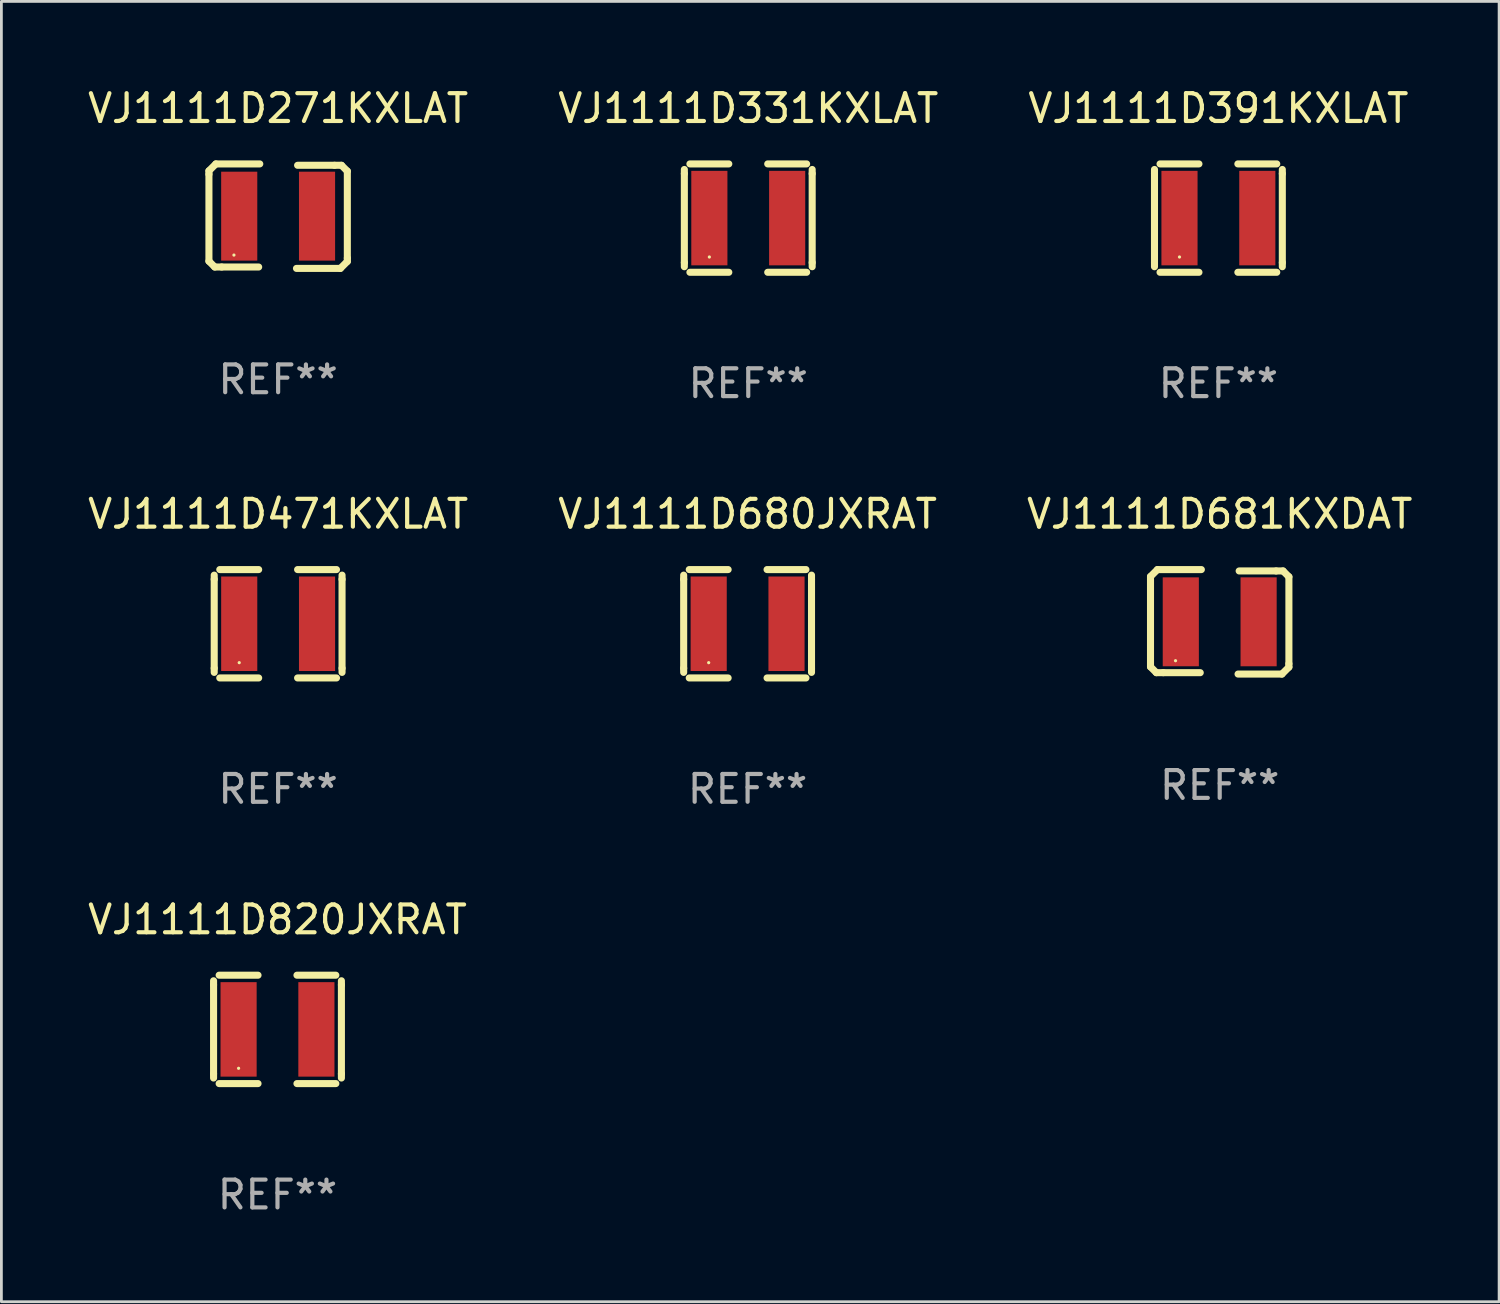
<source format=kicad_pcb>
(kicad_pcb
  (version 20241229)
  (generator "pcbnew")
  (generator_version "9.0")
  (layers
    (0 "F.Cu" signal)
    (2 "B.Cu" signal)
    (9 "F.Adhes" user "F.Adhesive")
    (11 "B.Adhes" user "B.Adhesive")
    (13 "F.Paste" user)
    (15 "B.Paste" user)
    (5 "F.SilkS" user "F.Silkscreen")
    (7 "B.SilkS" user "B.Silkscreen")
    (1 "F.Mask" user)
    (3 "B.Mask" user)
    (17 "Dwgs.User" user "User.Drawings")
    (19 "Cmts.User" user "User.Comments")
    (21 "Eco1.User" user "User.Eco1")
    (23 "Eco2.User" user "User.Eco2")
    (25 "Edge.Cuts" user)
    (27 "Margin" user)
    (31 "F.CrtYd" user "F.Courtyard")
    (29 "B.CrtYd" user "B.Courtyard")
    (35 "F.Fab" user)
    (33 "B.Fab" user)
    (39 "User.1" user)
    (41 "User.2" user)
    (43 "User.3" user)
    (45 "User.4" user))
  (footprint "VJ1111D681KXDAT"
    (layer "F.Cu")
    (at 40.839 19.325)
    (property "Reference" "VJ1111D681KXDAT" (at 0 -3.88 0) (layer "F.SilkS") (effects (font (size 1 1) (thickness 0.15))))
    (attr through_hole)
    (fp_line (start -2.49 -1.63) (end -2.24 -1.88) (stroke (width 0.254) (type solid)) (layer "F.SilkS"))
    (fp_line (start -2.49 -1.51) (end -2.49 -1.63) (stroke (width 0.254) (type solid)) (layer "F.SilkS"))
    (fp_line (start -2.49 1.62) (end -2.49 -1.51) (stroke (width 0.254) (type solid)) (layer "F.SilkS"))
    (fp_line (start -2.28 1.83) (end -2.49 1.62) (stroke (width 0.254) (type solid)) (layer "F.SilkS"))
    (fp_line (start -2.24 -1.88) (end -0.66 -1.88) (stroke (width 0.254) (type solid)) (layer "F.SilkS"))
    (fp_line (start -2.03 1.83) (end -2.28 1.83) (stroke (width 0.254) (type solid)) (layer "F.SilkS"))
    (fp_line (start -0.7 1.83) (end -2.03 1.83) (stroke (width 0.254) (type solid)) (layer "F.SilkS"))
    (fp_line (start 0.7 -1.83) (end 2.03 -1.83) (stroke (width 0.254) (type solid)) (layer "F.SilkS"))
    (fp_line (start 2.03 -1.83) (end 2.28 -1.83) (stroke (width 0.254) (type solid)) (layer "F.SilkS"))
    (fp_line (start 2.24 1.88) (end 0.66 1.88) (stroke (width 0.254) (type solid)) (layer "F.SilkS"))
    (fp_line (start 2.28 -1.83) (end 2.49 -1.62) (stroke (width 0.254) (type solid)) (layer "F.SilkS"))
    (fp_line (start 2.49 -1.62) (end 2.49 1.51) (stroke (width 0.254) (type solid)) (layer "F.SilkS"))
    (fp_line (start 2.49 1.51) (end 2.49 1.63) (stroke (width 0.254) (type solid)) (layer "F.SilkS"))
    (fp_line (start 2.49 1.63) (end 2.24 1.88) (stroke (width 0.254) (type solid)) (layer "F.SilkS"))
    (fp_circle (center -1.59 1.4) (end -1.56 1.4) (stroke (width 0.06) (type solid)) (fill no) (layer "F.SilkS"))
    (fp_text user "REF**" (at 0 5.88 0) (layer "F.Fab") (effects (font (size 1 1) (thickness 0.15))))
    (pad "1" smd rect (at -1.4 0 90) (size 3.2 1.3) (layers "F.Cu" "F.Mask" "F.Paste"))
    (pad "2" smd rect (at 1.4 0 90) (size 3.2 1.3) (layers "F.Cu" "F.Mask" "F.Paste")))
  (footprint "VJ1111D331KXLAT"
    (layer "F.Cu")
    (at 23.875 4.798)
    (property "Reference" "VJ1111D331KXLAT" (at 0 -3.95 0) (layer "F.SilkS") (effects (font (size 1 1) (thickness 0.15))))
    (attr through_hole)
    (fp_line (start -2.3 -1.75) (end -2.3 -1.6) (stroke (width 0.254) (type solid)) (layer "F.SilkS"))
    (fp_line (start -2.3 -1.6) (end -2.3 1.6) (stroke (width 0.254) (type solid)) (layer "F.SilkS"))
    (fp_line (start -2.3 1.75) (end -2.3 1.6) (stroke (width 0.254) (type solid)) (layer "F.SilkS"))
    (fp_line (start -0.7 -1.95) (end -2.1 -1.95) (stroke (width 0.254) (type solid)) (layer "F.SilkS"))
    (fp_line (start -0.7 1.95) (end -2.1 1.95) (stroke (width 0.254) (type solid)) (layer "F.SilkS"))
    (fp_line (start 0.7 -1.95) (end 2.1 -1.95) (stroke (width 0.254) (type solid)) (layer "F.SilkS"))
    (fp_line (start 0.7 1.95) (end 2.1 1.95) (stroke (width 0.254) (type solid)) (layer "F.SilkS"))
    (fp_line (start 2.3 1.75) (end 2.3 1.6) (stroke (width 0.254) (type solid)) (layer "F.SilkS"))
    (fp_line (start 2.3 -1.75) (end 2.3 -1.6) (stroke (width 0.254) (type solid)) (layer "F.SilkS"))
    (fp_line (start 2.3 -1.6) (end 2.3 1.6) (stroke (width 0.254) (type solid)) (layer "F.SilkS"))
    (fp_circle (center -1.4 1.4) (end -1.37 1.4) (stroke (width 0.06) (type solid)) (fill no) (layer "F.SilkS"))
    (fp_text user "REF**" (at 0 5.95 0) (layer "F.Fab") (effects (font (size 1 1) (thickness 0.15))))
    (pad "1" smd rect (at -1.4 0 90) (size 3.4 1.3) (layers "F.Cu" "F.Mask" "F.Paste"))
    (pad "2" smd rect (at 1.4 0 90) (size 3.4 1.3) (layers "F.Cu" "F.Mask" "F.Paste")))
  (footprint "VJ1111D680JXRAT"
    (layer "F.Cu")
    (at 23.851 19.395)
    (property "Reference" "VJ1111D680JXRAT" (at 0 -3.95 0) (layer "F.SilkS") (effects (font (size 1 1) (thickness 0.15))))
    (attr through_hole)
    (fp_line (start -2.3 -1.75) (end -2.3 -1.6) (stroke (width 0.254) (type solid)) (layer "F.SilkS"))
    (fp_line (start -2.3 -1.6) (end -2.3 1.6) (stroke (width 0.254) (type solid)) (layer "F.SilkS"))
    (fp_line (start -2.3 1.75) (end -2.3 1.6) (stroke (width 0.254) (type solid)) (layer "F.SilkS"))
    (fp_line (start -0.7 -1.95) (end -2.1 -1.95) (stroke (width 0.254) (type solid)) (layer "F.SilkS"))
    (fp_line (start -0.7 1.95) (end -2.1 1.95) (stroke (width 0.254) (type solid)) (layer "F.SilkS"))
    (fp_line (start 0.7 -1.95) (end 2.1 -1.95) (stroke (width 0.254) (type solid)) (layer "F.SilkS"))
    (fp_line (start 0.7 1.95) (end 2.1 1.95) (stroke (width 0.254) (type solid)) (layer "F.SilkS"))
    (fp_line (start 2.3 1.75) (end 2.3 1.6) (stroke (width 0.254) (type solid)) (layer "F.SilkS"))
    (fp_line (start 2.3 -1.75) (end 2.3 -1.6) (stroke (width 0.254) (type solid)) (layer "F.SilkS"))
    (fp_line (start 2.3 -1.6) (end 2.3 1.6) (stroke (width 0.254) (type solid)) (layer "F.SilkS"))
    (fp_circle (center -1.4 1.4) (end -1.37 1.4) (stroke (width 0.06) (type solid)) (fill no) (layer "F.SilkS"))
    (fp_text user "REF**" (at 0 5.95 0) (layer "F.Fab") (effects (font (size 1 1) (thickness 0.15))))
    (pad "1" smd rect (at -1.4 0 90) (size 3.4 1.3) (layers "F.Cu" "F.Mask" "F.Paste"))
    (pad "2" smd rect (at 1.4 0 90) (size 3.4 1.3) (layers "F.Cu" "F.Mask" "F.Paste")))
  (footprint "VJ1111D471KXLAT"
    (layer "F.Cu")
    (at 6.958 19.395)
    (property "Reference" "VJ1111D471KXLAT" (at 0 -3.95 0) (layer "F.SilkS") (effects (font (size 1 1) (thickness 0.15))))
    (attr through_hole)
    (fp_line (start -2.3 -1.75) (end -2.3 -1.6) (stroke (width 0.254) (type solid)) (layer "F.SilkS"))
    (fp_line (start -2.3 -1.6) (end -2.3 1.6) (stroke (width 0.254) (type solid)) (layer "F.SilkS"))
    (fp_line (start -2.3 1.75) (end -2.3 1.6) (stroke (width 0.254) (type solid)) (layer "F.SilkS"))
    (fp_line (start -0.7 -1.95) (end -2.1 -1.95) (stroke (width 0.254) (type solid)) (layer "F.SilkS"))
    (fp_line (start -0.7 1.95) (end -2.1 1.95) (stroke (width 0.254) (type solid)) (layer "F.SilkS"))
    (fp_line (start 0.7 -1.95) (end 2.1 -1.95) (stroke (width 0.254) (type solid)) (layer "F.SilkS"))
    (fp_line (start 0.7 1.95) (end 2.1 1.95) (stroke (width 0.254) (type solid)) (layer "F.SilkS"))
    (fp_line (start 2.3 1.75) (end 2.3 1.6) (stroke (width 0.254) (type solid)) (layer "F.SilkS"))
    (fp_line (start 2.3 -1.75) (end 2.3 -1.6) (stroke (width 0.254) (type solid)) (layer "F.SilkS"))
    (fp_line (start 2.3 -1.6) (end 2.3 1.6) (stroke (width 0.254) (type solid)) (layer "F.SilkS"))
    (fp_circle (center -1.4 1.4) (end -1.37 1.4) (stroke (width 0.06) (type solid)) (fill no) (layer "F.SilkS"))
    (fp_text user "REF**" (at 0 5.95 0) (layer "F.Fab") (effects (font (size 1 1) (thickness 0.15))))
    (pad "1" smd rect (at -1.4 0 90) (size 3.4 1.3) (layers "F.Cu" "F.Mask" "F.Paste"))
    (pad "2" smd rect (at 1.4 0 90) (size 3.4 1.3) (layers "F.Cu" "F.Mask" "F.Paste")))
  (footprint "VJ1111D391KXLAT"
    (layer "F.Cu")
    (at 40.792 4.798)
    (property "Reference" "VJ1111D391KXLAT" (at 0 -3.95 0) (layer "F.SilkS") (effects (font (size 1 1) (thickness 0.15))))
    (attr through_hole)
    (fp_line (start -2.3 -1.75) (end -2.3 -1.6) (stroke (width 0.254) (type solid)) (layer "F.SilkS"))
    (fp_line (start -2.3 -1.6) (end -2.3 1.6) (stroke (width 0.254) (type solid)) (layer "F.SilkS"))
    (fp_line (start -2.3 1.75) (end -2.3 1.6) (stroke (width 0.254) (type solid)) (layer "F.SilkS"))
    (fp_line (start -0.7 -1.95) (end -2.1 -1.95) (stroke (width 0.254) (type solid)) (layer "F.SilkS"))
    (fp_line (start -0.7 1.95) (end -2.1 1.95) (stroke (width 0.254) (type solid)) (layer "F.SilkS"))
    (fp_line (start 0.7 -1.95) (end 2.1 -1.95) (stroke (width 0.254) (type solid)) (layer "F.SilkS"))
    (fp_line (start 0.7 1.95) (end 2.1 1.95) (stroke (width 0.254) (type solid)) (layer "F.SilkS"))
    (fp_line (start 2.3 1.75) (end 2.3 1.6) (stroke (width 0.254) (type solid)) (layer "F.SilkS"))
    (fp_line (start 2.3 -1.75) (end 2.3 -1.6) (stroke (width 0.254) (type solid)) (layer "F.SilkS"))
    (fp_line (start 2.3 -1.6) (end 2.3 1.6) (stroke (width 0.254) (type solid)) (layer "F.SilkS"))
    (fp_circle (center -1.4 1.4) (end -1.37 1.4) (stroke (width 0.06) (type solid)) (fill no) (layer "F.SilkS"))
    (fp_text user "REF**" (at 0 5.95 0) (layer "F.Fab") (effects (font (size 1 1) (thickness 0.15))))
    (pad "1" smd rect (at -1.4 0 90) (size 3.4 1.3) (layers "F.Cu" "F.Mask" "F.Paste"))
    (pad "2" smd rect (at 1.4 0 90) (size 3.4 1.3) (layers "F.Cu" "F.Mask" "F.Paste")))
  (footprint "VJ1111D820JXRAT"
    (layer "F.Cu")
    (at 6.935 33.991)
    (property "Reference" "VJ1111D820JXRAT" (at 0 -3.95 0) (layer "F.SilkS") (effects (font (size 1 1) (thickness 0.15))))
    (attr through_hole)
    (fp_line (start -2.3 -1.75) (end -2.3 -1.6) (stroke (width 0.254) (type solid)) (layer "F.SilkS"))
    (fp_line (start -2.3 -1.6) (end -2.3 1.6) (stroke (width 0.254) (type solid)) (layer "F.SilkS"))
    (fp_line (start -2.3 1.75) (end -2.3 1.6) (stroke (width 0.254) (type solid)) (layer "F.SilkS"))
    (fp_line (start -0.7 -1.95) (end -2.1 -1.95) (stroke (width 0.254) (type solid)) (layer "F.SilkS"))
    (fp_line (start -0.7 1.95) (end -2.1 1.95) (stroke (width 0.254) (type solid)) (layer "F.SilkS"))
    (fp_line (start 0.7 -1.95) (end 2.1 -1.95) (stroke (width 0.254) (type solid)) (layer "F.SilkS"))
    (fp_line (start 0.7 1.95) (end 2.1 1.95) (stroke (width 0.254) (type solid)) (layer "F.SilkS"))
    (fp_line (start 2.3 1.75) (end 2.3 1.6) (stroke (width 0.254) (type solid)) (layer "F.SilkS"))
    (fp_line (start 2.3 -1.75) (end 2.3 -1.6) (stroke (width 0.254) (type solid)) (layer "F.SilkS"))
    (fp_line (start 2.3 -1.6) (end 2.3 1.6) (stroke (width 0.254) (type solid)) (layer "F.SilkS"))
    (fp_circle (center -1.4 1.4) (end -1.37 1.4) (stroke (width 0.06) (type solid)) (fill no) (layer "F.SilkS"))
    (fp_text user "REF**" (at 0 5.95 0) (layer "F.Fab") (effects (font (size 1 1) (thickness 0.15))))
    (pad "1" smd rect (at -1.4 0 90) (size 3.4 1.3) (layers "F.Cu" "F.Mask" "F.Paste"))
    (pad "2" smd rect (at 1.4 0 90) (size 3.4 1.3) (layers "F.Cu" "F.Mask" "F.Paste")))
  (footprint "VJ1111D271KXLAT"
    (layer "F.Cu")
    (at 6.958 4.728)
    (property "Reference" "VJ1111D271KXLAT" (at 0 -3.88 0) (layer "F.SilkS") (effects (font (size 1 1) (thickness 0.15))))
    (attr through_hole)
    (fp_line (start -2.49 -1.63) (end -2.24 -1.88) (stroke (width 0.254) (type solid)) (layer "F.SilkS"))
    (fp_line (start -2.49 -1.51) (end -2.49 -1.63) (stroke (width 0.254) (type solid)) (layer "F.SilkS"))
    (fp_line (start -2.49 1.62) (end -2.49 -1.51) (stroke (width 0.254) (type solid)) (layer "F.SilkS"))
    (fp_line (start -2.28 1.83) (end -2.49 1.62) (stroke (width 0.254) (type solid)) (layer "F.SilkS"))
    (fp_line (start -2.24 -1.88) (end -0.66 -1.88) (stroke (width 0.254) (type solid)) (layer "F.SilkS"))
    (fp_line (start -2.03 1.83) (end -2.28 1.83) (stroke (width 0.254) (type solid)) (layer "F.SilkS"))
    (fp_line (start -0.7 1.83) (end -2.03 1.83) (stroke (width 0.254) (type solid)) (layer "F.SilkS"))
    (fp_line (start 0.7 -1.83) (end 2.03 -1.83) (stroke (width 0.254) (type solid)) (layer "F.SilkS"))
    (fp_line (start 2.03 -1.83) (end 2.28 -1.83) (stroke (width 0.254) (type solid)) (layer "F.SilkS"))
    (fp_line (start 2.24 1.88) (end 0.66 1.88) (stroke (width 0.254) (type solid)) (layer "F.SilkS"))
    (fp_line (start 2.28 -1.83) (end 2.49 -1.62) (stroke (width 0.254) (type solid)) (layer "F.SilkS"))
    (fp_line (start 2.49 -1.62) (end 2.49 1.51) (stroke (width 0.254) (type solid)) (layer "F.SilkS"))
    (fp_line (start 2.49 1.51) (end 2.49 1.63) (stroke (width 0.254) (type solid)) (layer "F.SilkS"))
    (fp_line (start 2.49 1.63) (end 2.24 1.88) (stroke (width 0.254) (type solid)) (layer "F.SilkS"))
    (fp_circle (center -1.59 1.4) (end -1.56 1.4) (stroke (width 0.06) (type solid)) (fill no) (layer "F.SilkS"))
    (fp_text user "REF**" (at 0 5.88 0) (layer "F.Fab") (effects (font (size 1 1) (thickness 0.15))))
    (pad "1" smd rect (at -1.4 0 90) (size 3.2 1.3) (layers "F.Cu" "F.Mask" "F.Paste"))
    (pad "2" smd rect (at 1.4 0 90) (size 3.2 1.3) (layers "F.Cu" "F.Mask" "F.Paste")))
  (gr_rect
    (start -3 -3)
    (end 50.893 43.79)
    (stroke (width 0.1) (type default))
    (fill no)
    (layer "Edge.Cuts")))
</source>
